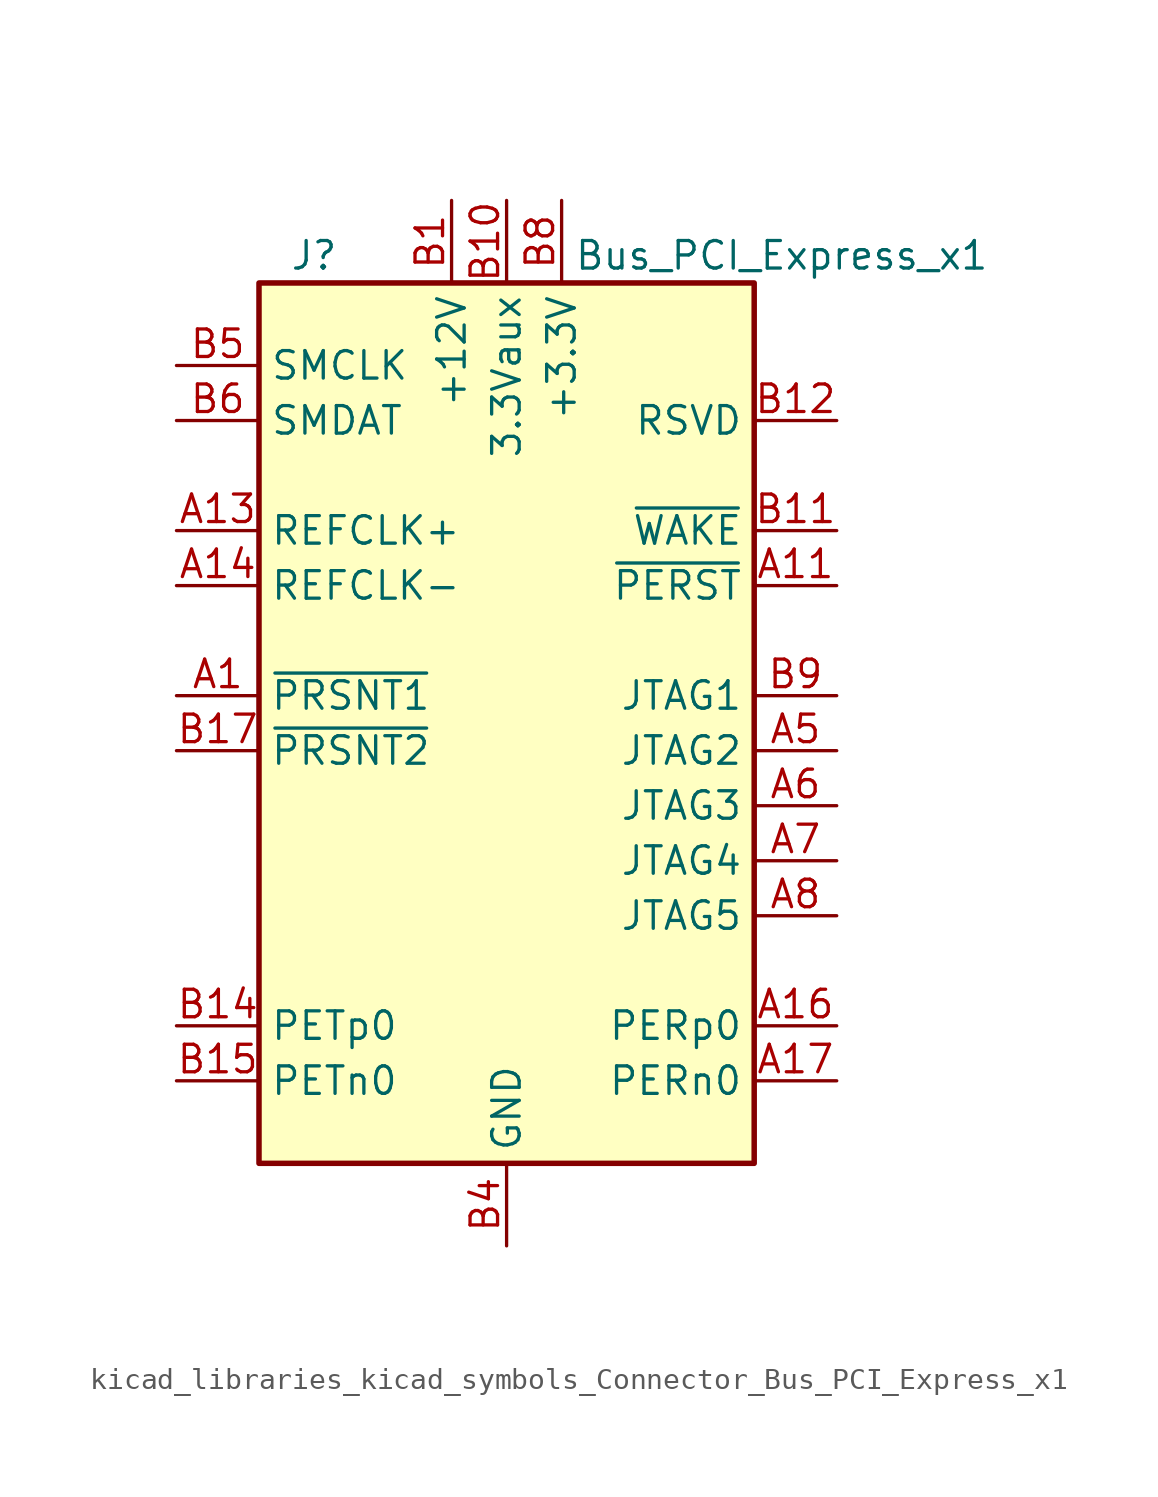
<source format=kicad_sym>
(kicad_symbol_lib
  (version 20220914)
  (generator kicad_symbol_editor)
  (symbol "kicad_libraries_kicad_symbols_Connector_Bus_PCI_Express_x1"
    (property "Reference" "J"
      (at -8.89 22.86 0)
      (effects (font (size 1.27 1.27))))
    (property "Value" "Bus_PCI_Express_x1"
      (at 12.7 22.86 0)
      (effects (font (size 1.27 1.27))))
    (symbol "kicad_libraries_kicad_symbols_Connector_Bus_PCI_Express_x1_0_1"
      (rectangle (start -11.43 21.59) (end 11.43 -19.05) (stroke (width 0.254) (type default)) (fill (type background))))
    (symbol "kicad_libraries_kicad_symbols_Connector_Bus_PCI_Express_x1_1_1"
      (pin passive line (at -15.24 2.54 0) (length 3.81) (name "~{PRSNT1}" (effects (font (size 1.27 1.27)))) (number "A1" (effects (font (size 1.27 1.27)))))
      (pin passive line (at 2.54 25.4 270) (length 3.81) hide (name "+3.3V" (effects (font (size 1.27 1.27)))) (number "A10" (effects (font (size 1.27 1.27)))))
      (pin input line (at 15.24 7.62 180) (length 3.81) (name "~{PERST}" (effects (font (size 1.27 1.27)))) (number "A11" (effects (font (size 1.27 1.27)))))
      (pin passive line (at 0 -22.86 90) (length 3.81) hide (name "GND" (effects (font (size 1.27 1.27)))) (number "A12" (effects (font (size 1.27 1.27)))))
      (pin input line (at -15.24 10.16 0) (length 3.81) (name "REFCLK+" (effects (font (size 1.27 1.27)))) (number "A13" (effects (font (size 1.27 1.27)))))
      (pin input line (at -15.24 7.62 0) (length 3.81) (name "REFCLK-" (effects (font (size 1.27 1.27)))) (number "A14" (effects (font (size 1.27 1.27)))))
      (pin passive line (at 0 -22.86 90) (length 3.81) hide (name "GND" (effects (font (size 1.27 1.27)))) (number "A15" (effects (font (size 1.27 1.27)))))
      (pin output line (at 15.24 -12.7 180) (length 3.81) (name "PERp0" (effects (font (size 1.27 1.27)))) (number "A16" (effects (font (size 1.27 1.27)))))
      (pin output line (at 15.24 -15.24 180) (length 3.81) (name "PERn0" (effects (font (size 1.27 1.27)))) (number "A17" (effects (font (size 1.27 1.27)))))
      (pin passive line (at 0 -22.86 90) (length 3.81) hide (name "GND" (effects (font (size 1.27 1.27)))) (number "A18" (effects (font (size 1.27 1.27)))))
      (pin passive line (at -2.54 25.4 270) (length 3.81) hide (name "+12V" (effects (font (size 1.27 1.27)))) (number "A2" (effects (font (size 1.27 1.27)))))
      (pin passive line (at -2.54 25.4 270) (length 3.81) hide (name "+12V" (effects (font (size 1.27 1.27)))) (number "A3" (effects (font (size 1.27 1.27)))))
      (pin passive line (at 0 -22.86 90) (length 3.81) hide (name "GND" (effects (font (size 1.27 1.27)))) (number "A4" (effects (font (size 1.27 1.27)))))
      (pin input line (at 15.24 0 180) (length 3.81) (name "JTAG2" (effects (font (size 1.27 1.27)))) (number "A5" (effects (font (size 1.27 1.27)))))
      (pin input line (at 15.24 -2.54 180) (length 3.81) (name "JTAG3" (effects (font (size 1.27 1.27)))) (number "A6" (effects (font (size 1.27 1.27)))))
      (pin output line (at 15.24 -5.08 180) (length 3.81) (name "JTAG4" (effects (font (size 1.27 1.27)))) (number "A7" (effects (font (size 1.27 1.27)))))
      (pin input line (at 15.24 -7.62 180) (length 3.81) (name "JTAG5" (effects (font (size 1.27 1.27)))) (number "A8" (effects (font (size 1.27 1.27)))))
      (pin passive line (at 2.54 25.4 270) (length 3.81) hide (name "+3.3V" (effects (font (size 1.27 1.27)))) (number "A9" (effects (font (size 1.27 1.27)))))
      (pin power_in line (at -2.54 25.4 270) (length 3.81) (name "+12V" (effects (font (size 1.27 1.27)))) (number "B1" (effects (font (size 1.27 1.27)))))
      (pin power_in line (at 0 25.4 270) (length 3.81) (name "3.3Vaux" (effects (font (size 1.27 1.27)))) (number "B10" (effects (font (size 1.27 1.27)))))
      (pin open_collector line (at 15.24 10.16 180) (length 3.81) (name "~{WAKE}" (effects (font (size 1.27 1.27)))) (number "B11" (effects (font (size 1.27 1.27)))))
      (pin passive line (at 15.24 15.24 180) (length 3.81) (name "RSVD" (effects (font (size 1.27 1.27)))) (number "B12" (effects (font (size 1.27 1.27)))))
      (pin passive line (at 0 -22.86 90) (length 3.81) hide (name "GND" (effects (font (size 1.27 1.27)))) (number "B13" (effects (font (size 1.27 1.27)))))
      (pin input line (at -15.24 -12.7 0) (length 3.81) (name "PETp0" (effects (font (size 1.27 1.27)))) (number "B14" (effects (font (size 1.27 1.27)))))
      (pin input line (at -15.24 -15.24 0) (length 3.81) (name "PETn0" (effects (font (size 1.27 1.27)))) (number "B15" (effects (font (size 1.27 1.27)))))
      (pin passive line (at 0 -22.86 90) (length 3.81) hide (name "GND" (effects (font (size 1.27 1.27)))) (number "B16" (effects (font (size 1.27 1.27)))))
      (pin passive line (at -15.24 0 0) (length 3.81) (name "~{PRSNT2}" (effects (font (size 1.27 1.27)))) (number "B17" (effects (font (size 1.27 1.27)))))
      (pin passive line (at 0 -22.86 90) (length 3.81) hide (name "GND" (effects (font (size 1.27 1.27)))) (number "B18" (effects (font (size 1.27 1.27)))))
      (pin passive line (at -2.54 25.4 270) (length 3.81) hide (name "+12V" (effects (font (size 1.27 1.27)))) (number "B2" (effects (font (size 1.27 1.27)))))
      (pin passive line (at -2.54 25.4 270) (length 3.81) hide (name "+12V" (effects (font (size 1.27 1.27)))) (number "B3" (effects (font (size 1.27 1.27)))))
      (pin power_in line (at 0 -22.86 90) (length 3.81) (name "GND" (effects (font (size 1.27 1.27)))) (number "B4" (effects (font (size 1.27 1.27)))))
      (pin input line (at -15.24 17.78 0) (length 3.81) (name "SMCLK" (effects (font (size 1.27 1.27)))) (number "B5" (effects (font (size 1.27 1.27)))))
      (pin bidirectional line (at -15.24 15.24 0) (length 3.81) (name "SMDAT" (effects (font (size 1.27 1.27)))) (number "B6" (effects (font (size 1.27 1.27)))))
      (pin passive line (at 0 -22.86 90) (length 3.81) hide (name "GND" (effects (font (size 1.27 1.27)))) (number "B7" (effects (font (size 1.27 1.27)))))
      (pin power_in line (at 2.54 25.4 270) (length 3.81) (name "+3.3V" (effects (font (size 1.27 1.27)))) (number "B8" (effects (font (size 1.27 1.27)))))
      (pin input line (at 15.24 2.54 180) (length 3.81) (name "JTAG1" (effects (font (size 1.27 1.27)))) (number "B9" (effects (font (size 1.27 1.27))))))))
</source>
